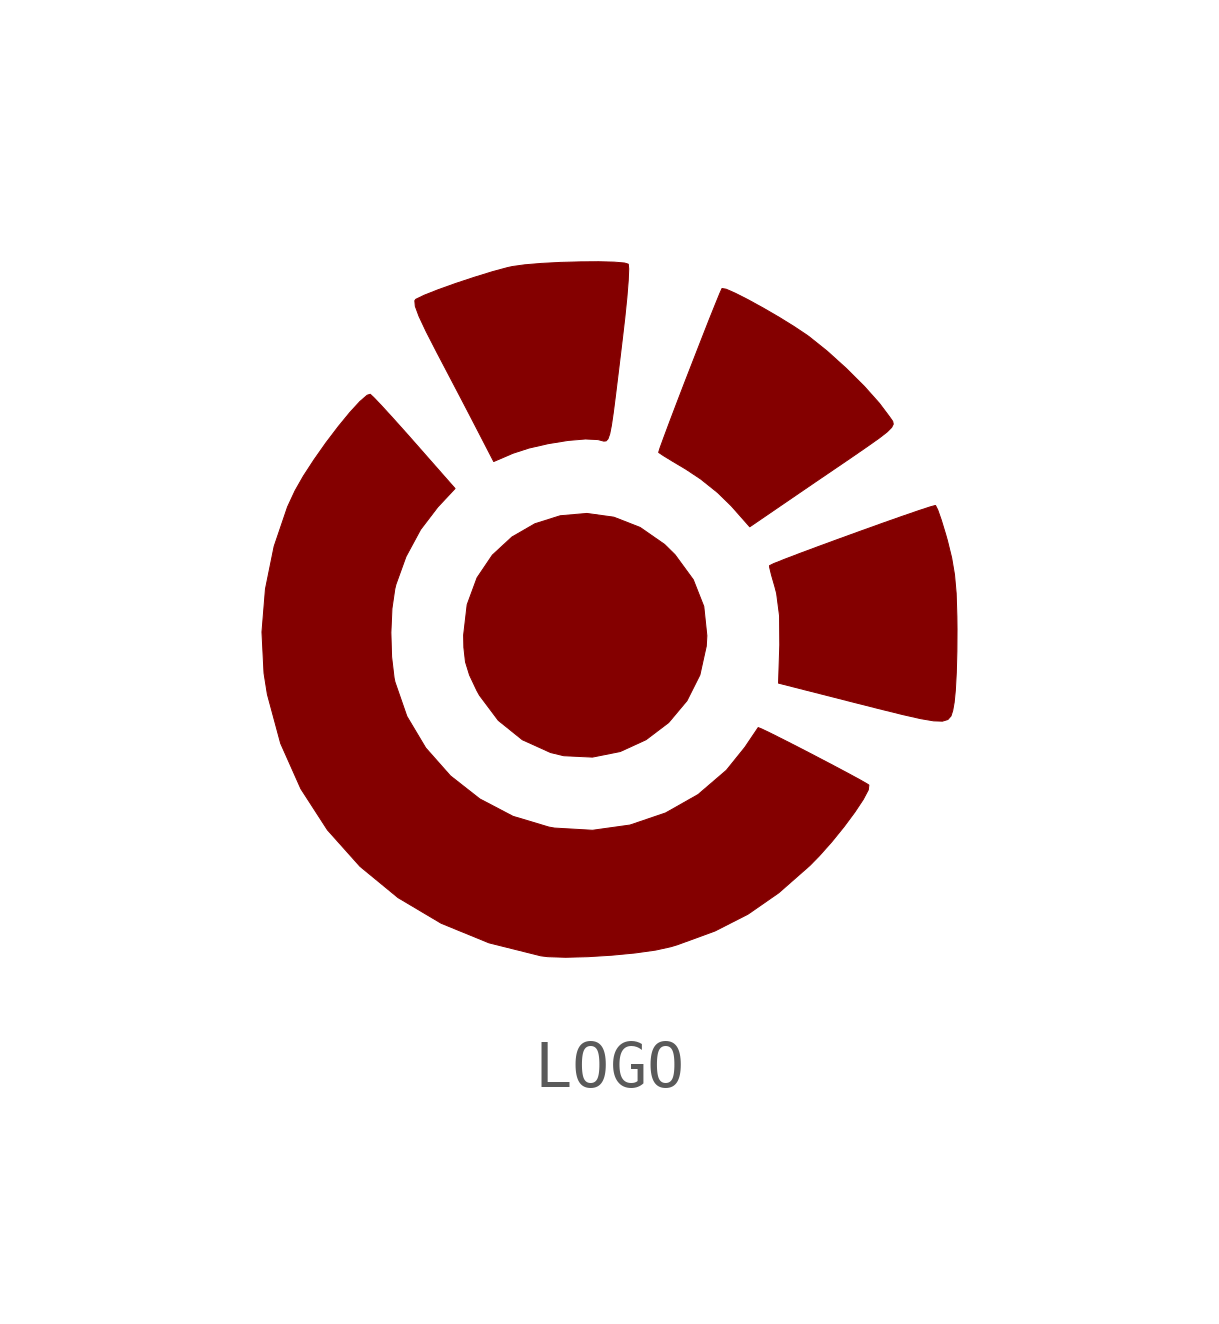
<source format=kicad_sym>
(kicad_symbol_lib
  (version 20220914)
  (generator bitmap2component)
  (symbol "LOGO"
    (pin_names
      (offset 1.016))
    (property "Reference" "#G"
      (at 0 8.848 0)
      (effects (font (size 1.27 1.27)) hide))
    (symbol "LOGO_0_0"
      (polyline (pts (xy -0.461 -6.488) (xy 0.037 -6.457) (xy 0.526 -6.41) (xy 0.953 -6.35) (xy 1.27 -6.28) (xy 1.406 -6.239) (xy 2.191 -5.952) (xy 2.877 -5.602) (xy 3.518 -5.157) (xy 4.167 -4.587) (xy 4.361 -4.389) (xy 4.624 -4.093) (xy 4.879 -3.778) (xy 5.105 -3.473) (xy 5.28 -3.209) (xy 5.384 -3.012) (xy 5.396 -2.912) (xy 5.375 -2.897) (xy 5.235 -2.816) (xy 4.993 -2.684) (xy 4.681 -2.518) (xy 4.33 -2.334) (xy 3.972 -2.148) (xy 3.637 -1.977) (xy 3.358 -1.837) (xy 3.165 -1.744) (xy 3.09 -1.714) (xy 3.061 -1.757) (xy 2.959 -1.908) (xy 2.813 -2.125) (xy 2.427 -2.604) (xy 1.838 -3.109) (xy 1.16 -3.493) (xy 0.418 -3.745) (xy -0.362 -3.854) (xy -1.155 -3.808) (xy -1.272 -3.787) (xy -2.02 -3.563) (xy -2.711 -3.201) (xy -3.324 -2.72) (xy -3.838 -2.139) (xy -4.231 -1.48) (xy -4.48 -0.762) (xy -4.497 -0.68) (xy -4.549 -0.24) (xy -4.564 0.267) (xy -4.542 0.765) (xy -4.482 1.176) (xy -4.459 1.269) (xy -4.249 1.85) (xy -3.945 2.413) (xy -3.587 2.882) (xy -3.227 3.267) (xy -4.08 4.237) (xy -4.238 4.416) (xy -4.521 4.732) (xy -4.755 4.988) (xy -4.92 5.162) (xy -4.994 5.231) (xy -5.057 5.212) (xy -5.209 5.081) (xy -5.417 4.854) (xy -5.659 4.559) (xy -5.916 4.221) (xy -6.165 3.867) (xy -6.387 3.526) (xy -6.56 3.222) (xy -6.717 2.884) (xy -6.996 2.063) (xy -7.177 1.175) (xy -7.25 0.276) (xy -7.207 -0.581) (xy -7.137 -1.021) (xy -6.86 -2.045) (xy -6.439 -2.99) (xy -5.885 -3.847) (xy -5.207 -4.606) (xy -4.414 -5.258) (xy -3.515 -5.792) (xy -2.521 -6.199) (xy -1.439 -6.47) (xy -1.291 -6.488) (xy -0.921 -6.5) (xy -0.461 -6.488)) (stroke (width 0.01) (type default)) (fill (type outline)))
      (polyline (pts (xy 0.215 -2.213) (xy 0.752 -1.967) (xy 1.224 -1.609) (xy 1.606 -1.153) (xy 1.875 -0.617) (xy 2.008 -0.016) (xy 2.02 0.2) (xy 1.956 0.811) (xy 1.737 1.367) (xy 1.356 1.888) (xy 1.139 2.102) (xy 0.628 2.457) (xy 0.082 2.67) (xy -0.479 2.748) (xy -1.034 2.7) (xy -1.561 2.534) (xy -2.04 2.258) (xy -2.449 1.88) (xy -2.768 1.407) (xy -2.974 0.848) (xy -3.048 0.212) (xy -3.043 -0.045) (xy -3.009 -0.347) (xy -2.925 -0.619) (xy -2.772 -0.943) (xy -2.717 -1.042) (xy -2.326 -1.564) (xy -1.824 -1.968) (xy -1.236 -2.234) (xy -0.963 -2.3) (xy -0.364 -2.329) (xy 0.215 -2.213)) (stroke (width 0.01) (type default)) (fill (type outline)))
      (polyline (pts (xy 7.042 -1.546) (xy 7.107 -1.472) (xy 7.143 -1.359) (xy 7.17 -1.206) (xy 7.173 -1.19) (xy 7.198 -0.937) (xy 7.218 -0.566) (xy 7.23 -0.126) (xy 7.233 0.339) (xy 7.23 0.596) (xy 7.215 1.083) (xy 7.18 1.474) (xy 7.121 1.823) (xy 7.033 2.181) (xy 6.997 2.308) (xy 6.906 2.607) (xy 6.831 2.822) (xy 6.785 2.913) (xy 6.78 2.914) (xy 6.668 2.883) (xy 6.43 2.805) (xy 6.096 2.69) (xy 5.693 2.548) (xy 5.25 2.389) (xy 4.795 2.224) (xy 4.356 2.063) (xy 3.961 1.916) (xy 3.639 1.793) (xy 3.418 1.705) (xy 3.326 1.661) (xy 3.329 1.623) (xy 3.368 1.463) (xy 3.437 1.224) (xy 3.474 1.083) (xy 3.535 0.616) (xy 3.54 0.008) (xy 3.514 -0.788) (xy 5.08 -1.187) (xy 5.588 -1.316) (xy 6.096 -1.442) (xy 6.476 -1.528) (xy 6.747 -1.574) (xy 6.929 -1.58) (xy 7.042 -1.546)) (stroke (width 0.01) (type default)) (fill (type outline)))
      (polyline (pts (xy 4.272 3.398) (xy 4.537 3.578) (xy 5.009 3.899) (xy 5.363 4.143) (xy 5.616 4.322) (xy 5.78 4.45) (xy 5.871 4.542) (xy 5.904 4.609) (xy 5.893 4.665) (xy 5.852 4.725) (xy 5.796 4.802) (xy 5.614 5.044) (xy 5.303 5.393) (xy 4.928 5.767) (xy 4.531 6.126) (xy 4.152 6.43) (xy 4.113 6.458) (xy 3.852 6.633) (xy 3.54 6.827) (xy 3.208 7.02) (xy 2.889 7.196) (xy 2.616 7.335) (xy 2.421 7.421) (xy 2.336 7.435) (xy 2.291 7.335) (xy 2.198 7.107) (xy 2.067 6.781) (xy 1.911 6.383) (xy 1.74 5.944) (xy 1.564 5.491) (xy 1.396 5.053) (xy 1.246 4.658) (xy 1.126 4.336) (xy 1.045 4.114) (xy 1.016 4.02) (xy 1.02 4.016) (xy 1.114 3.953) (xy 1.313 3.831) (xy 1.579 3.673) (xy 1.894 3.464) (xy 2.247 3.181) (xy 2.528 2.907) (xy 2.914 2.47) (xy 4.272 3.398)) (stroke (width 0.01) (type default)) (fill (type outline)))
      (polyline (pts (xy -2.049 3.99) (xy -2.021 4.002) (xy -1.689 4.11) (xy -1.288 4.202) (xy -0.876 4.269) (xy -0.51 4.3) (xy -0.247 4.287) (xy -0.187 4.271) (xy -0.127 4.255) (xy -0.079 4.26) (xy -0.04 4.303) (xy -0.004 4.405) (xy 0.031 4.582) (xy 0.071 4.854) (xy 0.12 5.238) (xy 0.183 5.753) (xy 0.263 6.418) (xy 0.31 6.822) (xy 0.354 7.254) (xy 0.382 7.604) (xy 0.392 7.843) (xy 0.383 7.942) (xy 0.306 7.966) (xy 0.086 7.985) (xy -0.235 7.993) (xy -0.619 7.99) (xy -1.028 7.979) (xy -1.426 7.958) (xy -1.773 7.929) (xy -2.032 7.893) (xy -2.132 7.871) (xy -2.44 7.788) (xy -2.813 7.673) (xy -3.206 7.543) (xy -3.573 7.412) (xy -3.867 7.296) (xy -4.045 7.21) (xy -4.065 7.181) (xy -4.055 7.066) (xy -3.978 6.857) (xy -3.828 6.538) (xy -3.598 6.09) (xy -3.582 6.06) (xy -3.346 5.61) (xy -3.107 5.154) (xy -2.894 4.745) (xy -2.733 4.434) (xy -2.421 3.83) (xy -2.049 3.99)) (stroke (width 0.01) (type default)) (fill (type outline))))))
</source>
